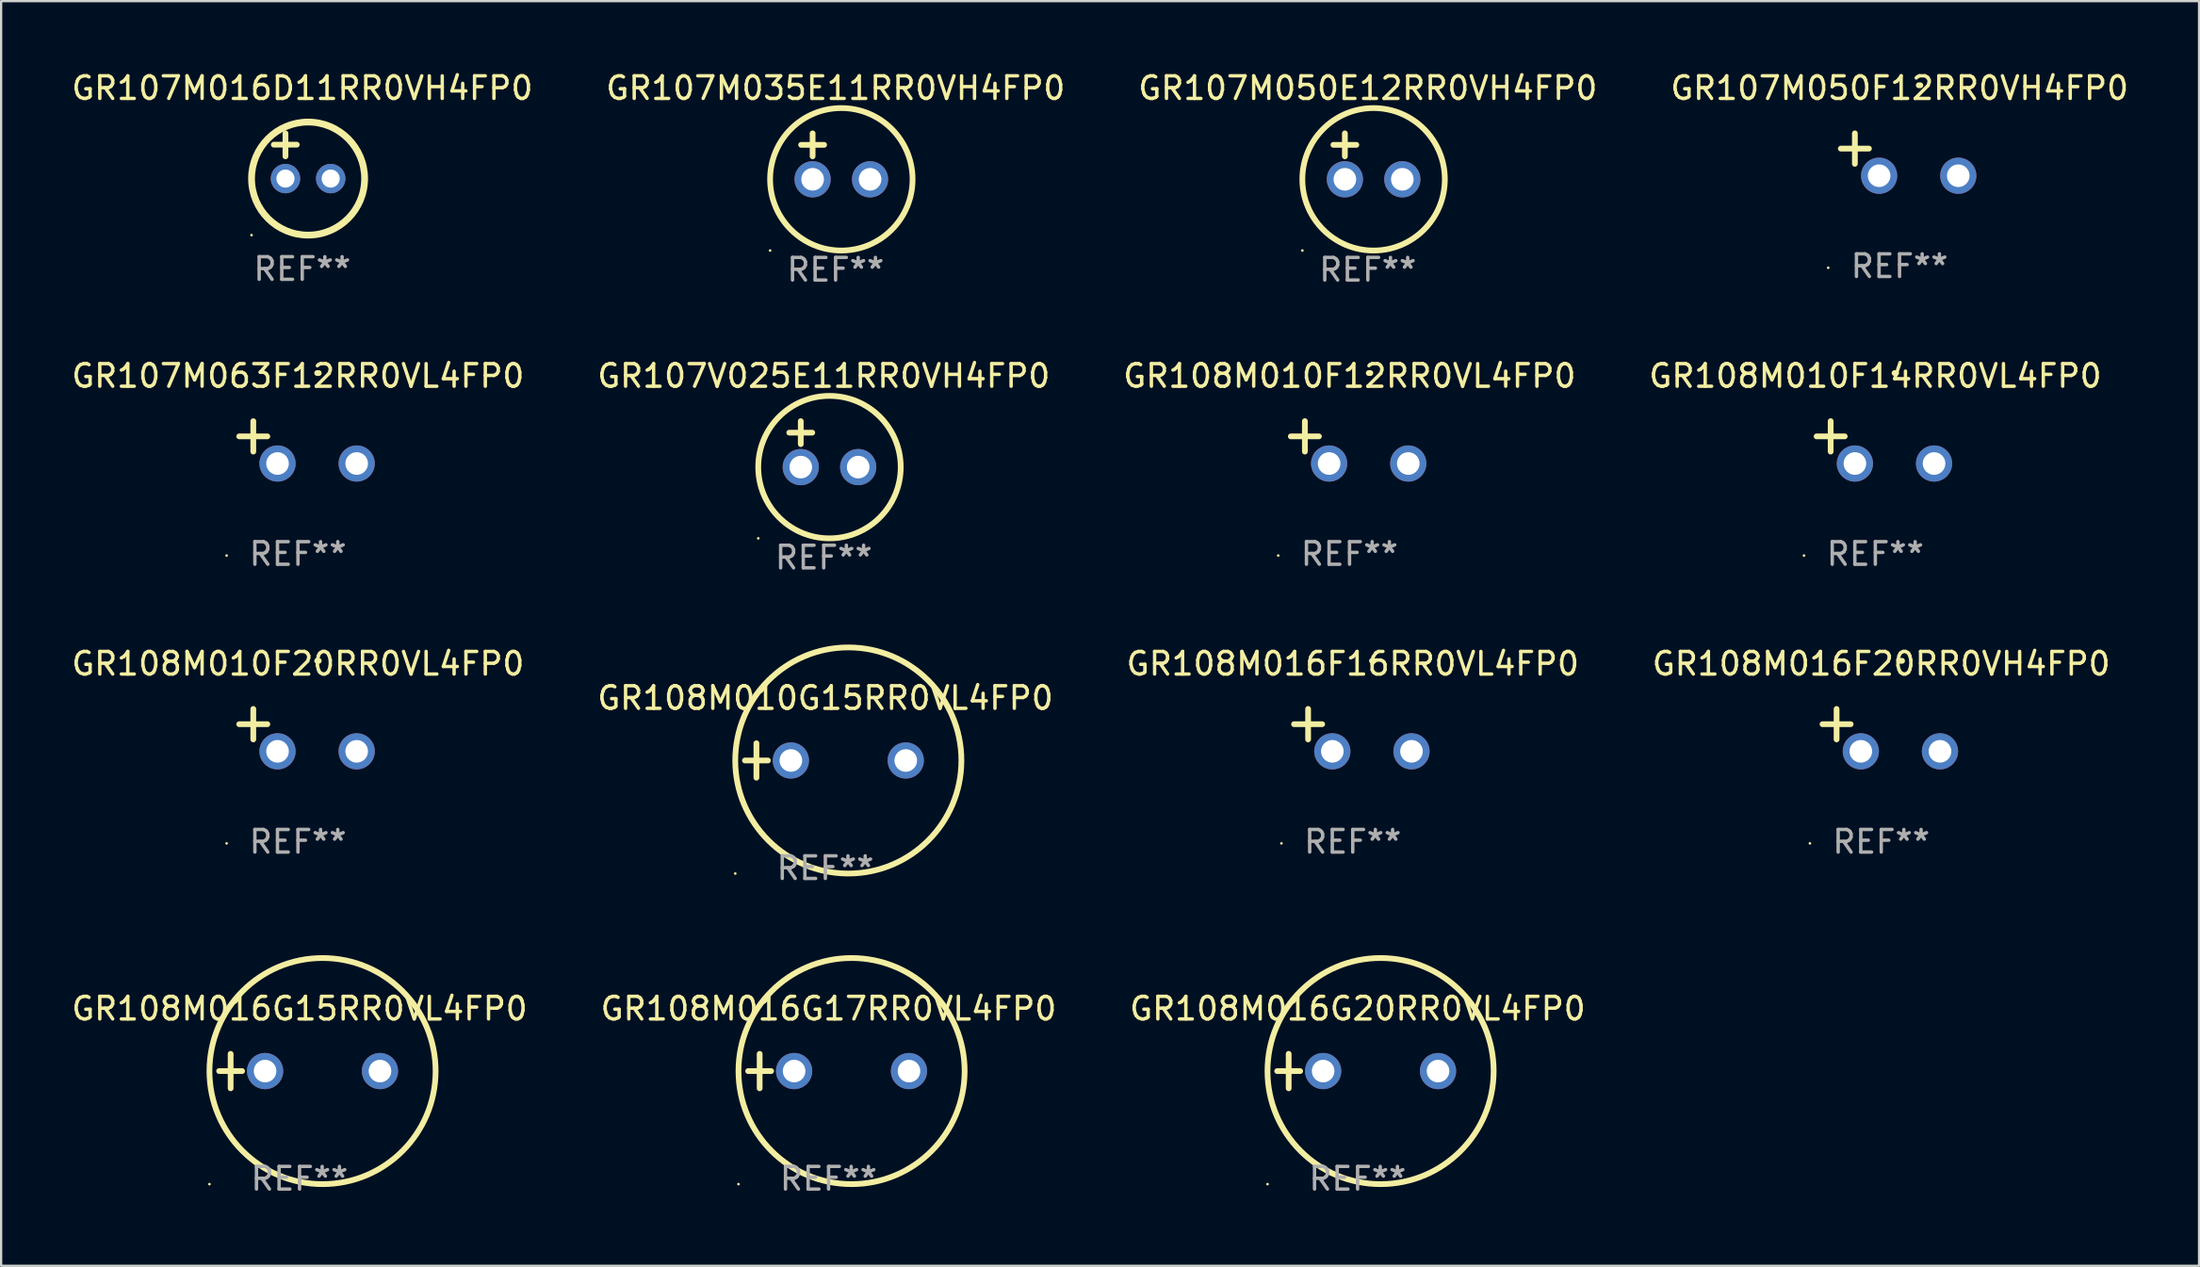
<source format=kicad_pcb>
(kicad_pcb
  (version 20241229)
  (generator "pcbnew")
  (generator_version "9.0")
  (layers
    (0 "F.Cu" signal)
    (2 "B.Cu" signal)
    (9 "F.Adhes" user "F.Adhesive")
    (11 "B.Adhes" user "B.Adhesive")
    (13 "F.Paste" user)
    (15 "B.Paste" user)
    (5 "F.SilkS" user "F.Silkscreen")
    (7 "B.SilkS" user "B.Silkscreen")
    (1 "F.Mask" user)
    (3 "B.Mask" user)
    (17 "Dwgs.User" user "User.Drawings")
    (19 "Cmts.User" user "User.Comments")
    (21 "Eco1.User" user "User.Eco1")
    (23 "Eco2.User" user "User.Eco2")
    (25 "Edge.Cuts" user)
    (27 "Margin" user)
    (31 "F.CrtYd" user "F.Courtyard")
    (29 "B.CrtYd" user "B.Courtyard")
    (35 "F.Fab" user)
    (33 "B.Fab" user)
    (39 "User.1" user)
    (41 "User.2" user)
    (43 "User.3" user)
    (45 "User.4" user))
  (footprint "GR107V025E11RR0VH4FP0"
    (layer "F.Cu")
    (at 33.375 16.593)
    (property "Reference" "GR107V025E11RR0VH4FP0" (at 0 -3.016 0) (layer "F.SilkS") (effects (font (size 1 1) (thickness 0.15))))
    (attr through_hole)
    (fp_line (start -1.524 -0.508) (end -0.508 -0.508) (stroke (width 0.254) (type solid)) (layer "F.SilkS"))
    (fp_line (start -1.016 -1.016) (end -1.016 0) (stroke (width 0.254) (type solid)) (layer "F.SilkS"))
    (fp_circle (center -2.896 4.166) (end -2.866 4.166) (stroke (width 0.06) (type solid)) (fill no) (layer "F.SilkS"))
    (fp_circle (center 0.254 1.016) (end 3.404 1.016) (stroke (width 0.254) (type solid)) (fill no) (layer "F.SilkS"))
    (fp_text user "REF**" (at 0 5.016 0) (layer "F.Fab") (effects (font (size 1 1) (thickness 0.15))))
    (pad "1" thru_hole circle (at -1.016 1.016) (size 1.6 1.6) (drill 1) (layers "*.Cu" "*.Mask"))
    (pad "2" thru_hole circle (at 1.524 1.016) (size 1.6 1.6) (drill 1) (layers "*.Cu" "*.Mask")))
  (footprint "GR107M035E11RR0VH4FP0"
    (layer "F.Cu")
    (at 33.899 3.864)
    (property "Reference" "GR107M035E11RR0VH4FP0" (at 0 -3.016 0) (layer "F.SilkS") (effects (font (size 1 1) (thickness 0.15))))
    (attr through_hole)
    (fp_line (start -1.524 -0.508) (end -0.508 -0.508) (stroke (width 0.254) (type solid)) (layer "F.SilkS"))
    (fp_line (start -1.016 -1.016) (end -1.016 0) (stroke (width 0.254) (type solid)) (layer "F.SilkS"))
    (fp_circle (center -2.896 4.166) (end -2.866 4.166) (stroke (width 0.06) (type solid)) (fill no) (layer "F.SilkS"))
    (fp_circle (center 0.254 1.016) (end 3.404 1.016) (stroke (width 0.254) (type solid)) (fill no) (layer "F.SilkS"))
    (fp_text user "REF**" (at 0 5.016 0) (layer "F.Fab") (effects (font (size 1 1) (thickness 0.15))))
    (pad "1" thru_hole circle (at -1.016 1.016) (size 1.6 1.6) (drill 1) (layers "*.Cu" "*.Mask"))
    (pad "2" thru_hole circle (at 1.524 1.016) (size 1.6 1.6) (drill 1) (layers "*.Cu" "*.Mask")))
  (footprint "GR108M010G15RR0VL4FP0"
    (layer "F.Cu")
    (at 33.446 30.584)
    (property "Reference" "GR108M010G15RR0VL4FP0" (at 0 -2.762 0) (layer "F.SilkS") (effects (font (size 1 1) (thickness 0.15))))
    (attr through_hole)
    (fp_line (start -3.556 0) (end -2.54 0) (stroke (width 0.254) (type solid)) (layer "F.SilkS"))
    (fp_line (start -3.048 -0.762) (end -3.048 0.762) (stroke (width 0.254) (type solid)) (layer "F.SilkS"))
    (fp_circle (center -3.984 5) (end -3.954 5) (stroke (width 0.06) (type solid)) (fill no) (layer "F.SilkS"))
    (fp_circle (center 1.016 0) (end 6.016 0) (stroke (width 0.254) (type solid)) (fill no) (layer "F.SilkS"))
    (fp_text user "REF**" (at 0 4.762 0) (layer "F.Fab") (effects (font (size 1 1) (thickness 0.15))))
    (pad "1" thru_hole circle (at -1.524 0) (size 1.6 1.6) (drill 1) (layers "*.Cu" "*.Mask"))
    (pad "2" thru_hole circle (at 3.556 0) (size 1.6 1.6) (drill 1) (layers "*.Cu" "*.Mask")))
  (footprint "GR108M016G17RR0VL4FP0"
    (layer "F.Cu")
    (at 33.589 44.321)
    (property "Reference" "GR108M016G17RR0VL4FP0" (at 0 -2.762 0) (layer "F.SilkS") (effects (font (size 1 1) (thickness 0.15))))
    (attr through_hole)
    (fp_line (start -3.556 0) (end -2.54 0) (stroke (width 0.254) (type solid)) (layer "F.SilkS"))
    (fp_line (start -3.048 -0.762) (end -3.048 0.762) (stroke (width 0.254) (type solid)) (layer "F.SilkS"))
    (fp_circle (center -3.984 5) (end -3.954 5) (stroke (width 0.06) (type solid)) (fill no) (layer "F.SilkS"))
    (fp_circle (center 1.016 0) (end 6.016 0) (stroke (width 0.254) (type solid)) (fill no) (layer "F.SilkS"))
    (fp_text user "REF**" (at 0 4.762 0) (layer "F.Fab") (effects (font (size 1 1) (thickness 0.15))))
    (pad "1" thru_hole circle (at -1.524 0) (size 1.6 1.6) (drill 1) (layers "*.Cu" "*.Mask"))
    (pad "2" thru_hole circle (at 3.556 0) (size 1.6 1.6) (drill 1) (layers "*.Cu" "*.Mask")))
  (footprint "GR108M016G20RR0VL4FP0"
    (layer "F.Cu")
    (at 56.982 44.321)
    (property "Reference" "GR108M016G20RR0VL4FP0" (at 0 -2.762 0) (layer "F.SilkS") (effects (font (size 1 1) (thickness 0.15))))
    (attr through_hole)
    (fp_line (start -3.556 0) (end -2.54 0) (stroke (width 0.254) (type solid)) (layer "F.SilkS"))
    (fp_line (start -3.048 -0.762) (end -3.048 0.762) (stroke (width 0.254) (type solid)) (layer "F.SilkS"))
    (fp_circle (center -3.984 5) (end -3.954 5) (stroke (width 0.06) (type solid)) (fill no) (layer "F.SilkS"))
    (fp_circle (center 1.016 0) (end 6.016 0) (stroke (width 0.254) (type solid)) (fill no) (layer "F.SilkS"))
    (fp_text user "REF**" (at 0 4.762 0) (layer "F.Fab") (effects (font (size 1 1) (thickness 0.15))))
    (pad "1" thru_hole circle (at -1.524 0) (size 1.6 1.6) (drill 1) (layers "*.Cu" "*.Mask"))
    (pad "2" thru_hole circle (at 3.556 0) (size 1.6 1.6) (drill 1) (layers "*.Cu" "*.Mask")))
  (footprint "GR107M050F12RR0VH4FP0"
    (layer "F.Cu")
    (at 80.946 3.785)
    (property "Reference" "GR107M050F12RR0VH4FP0" (at 0 -2.937 0) (layer "F.SilkS") (effects (font (size 1 1) (thickness 0.15))))
    (attr through_hole)
    (fp_line (start -1.975 0.41) (end -1.975 -0.937) (stroke (width 0.254) (type solid)) (layer "F.SilkS"))
    (fp_line (start -1.353 -0.263) (end -2.597 -0.263) (stroke (width 0.254) (type solid)) (layer "F.SilkS"))
    (fp_arc (start 0.849809 -3.063957) (mid 0.885369 -3.064114) (end 0.920929 -3.063957) (stroke (width 0.254001) (type solid)) (layer "F.SilkS"))
    (fp_circle (center -3.154 5.008) (end -3.124 5.008) (stroke (width 0.06) (type solid)) (fill no) (layer "F.SilkS"))
    (fp_text user "REF**" (at 0 4.937 0) (layer "F.Fab") (effects (font (size 1 1) (thickness 0.15))))
    (pad "1" thru_hole circle (at -0.903 0.937) (size 1.6 1.6) (drill 1) (layers "*.Cu" "*.Mask"))
    (pad "2" thru_hole circle (at 2.597 0.937) (size 1.6 1.6) (drill 1) (layers "*.Cu" "*.Mask")))
  (footprint "GR108M016G15RR0VL4FP0"
    (layer "F.Cu")
    (at 10.196 44.321)
    (property "Reference" "GR108M016G15RR0VL4FP0" (at 0 -2.762 0) (layer "F.SilkS") (effects (font (size 1 1) (thickness 0.15))))
    (attr through_hole)
    (fp_line (start -3.556 0) (end -2.54 0) (stroke (width 0.254) (type solid)) (layer "F.SilkS"))
    (fp_line (start -3.048 -0.762) (end -3.048 0.762) (stroke (width 0.254) (type solid)) (layer "F.SilkS"))
    (fp_circle (center -3.984 5) (end -3.954 5) (stroke (width 0.06) (type solid)) (fill no) (layer "F.SilkS"))
    (fp_circle (center 1.016 0) (end 6.016 0) (stroke (width 0.254) (type solid)) (fill no) (layer "F.SilkS"))
    (fp_text user "REF**" (at 0 4.762 0) (layer "F.Fab") (effects (font (size 1 1) (thickness 0.15))))
    (pad "1" thru_hole circle (at -1.524 0) (size 1.6 1.6) (drill 1) (layers "*.Cu" "*.Mask"))
    (pad "2" thru_hole circle (at 3.556 0) (size 1.6 1.6) (drill 1) (layers "*.Cu" "*.Mask")))
  (footprint "GR108M010F20RR0VL4FP0"
    (layer "F.Cu")
    (at 10.125 29.242)
    (property "Reference" "GR108M010F20RR0VL4FP0" (at 0 -2.937 0) (layer "F.SilkS") (effects (font (size 1 1) (thickness 0.15))))
    (attr through_hole)
    (fp_line (start -1.975 0.41) (end -1.975 -0.937) (stroke (width 0.254) (type solid)) (layer "F.SilkS"))
    (fp_line (start -1.353 -0.263) (end -2.597 -0.263) (stroke (width 0.254) (type solid)) (layer "F.SilkS"))
    (fp_arc (start 0.849809 -3.063957) (mid 0.885369 -3.064114) (end 0.920929 -3.063957) (stroke (width 0.254001) (type solid)) (layer "F.SilkS"))
    (fp_circle (center -3.154 5.008) (end -3.124 5.008) (stroke (width 0.06) (type solid)) (fill no) (layer "F.SilkS"))
    (fp_text user "REF**" (at 0 4.937 0) (layer "F.Fab") (effects (font (size 1 1) (thickness 0.15))))
    (pad "1" thru_hole circle (at -0.903 0.937) (size 1.6 1.6) (drill 1) (layers "*.Cu" "*.Mask"))
    (pad "2" thru_hole circle (at 2.597 0.937) (size 1.6 1.6) (drill 1) (layers "*.Cu" "*.Mask")))
  (footprint "GR108M010F14RR0VL4FP0"
    (layer "F.Cu")
    (at 79.875 16.513)
    (property "Reference" "GR108M010F14RR0VL4FP0" (at 0 -2.937 0) (layer "F.SilkS") (effects (font (size 1 1) (thickness 0.15))))
    (attr through_hole)
    (fp_line (start -1.975 0.41) (end -1.975 -0.937) (stroke (width 0.254) (type solid)) (layer "F.SilkS"))
    (fp_line (start -1.353 -0.263) (end -2.597 -0.263) (stroke (width 0.254) (type solid)) (layer "F.SilkS"))
    (fp_arc (start 0.849809 -3.063957) (mid 0.885369 -3.064114) (end 0.920929 -3.063957) (stroke (width 0.254001) (type solid)) (layer "F.SilkS"))
    (fp_circle (center -3.154 5.008) (end -3.124 5.008) (stroke (width 0.06) (type solid)) (fill no) (layer "F.SilkS"))
    (fp_text user "REF**" (at 0 4.937 0) (layer "F.Fab") (effects (font (size 1 1) (thickness 0.15))))
    (pad "1" thru_hole circle (at -0.903 0.937) (size 1.6 1.6) (drill 1) (layers "*.Cu" "*.Mask"))
    (pad "2" thru_hole circle (at 2.597 0.937) (size 1.6 1.6) (drill 1) (layers "*.Cu" "*.Mask")))
  (footprint "GR108M016F20RR0VH4FP0"
    (layer "F.Cu")
    (at 80.137 29.242)
    (property "Reference" "GR108M016F20RR0VH4FP0" (at 0 -2.937 0) (layer "F.SilkS") (effects (font (size 1 1) (thickness 0.15))))
    (attr through_hole)
    (fp_line (start -1.975 0.41) (end -1.975 -0.937) (stroke (width 0.254) (type solid)) (layer "F.SilkS"))
    (fp_line (start -1.353 -0.263) (end -2.597 -0.263) (stroke (width 0.254) (type solid)) (layer "F.SilkS"))
    (fp_arc (start 0.849809 -3.063957) (mid 0.885369 -3.064114) (end 0.920929 -3.063957) (stroke (width 0.254001) (type solid)) (layer "F.SilkS"))
    (fp_circle (center -3.154 5.008) (end -3.124 5.008) (stroke (width 0.06) (type solid)) (fill no) (layer "F.SilkS"))
    (fp_text user "REF**" (at 0 4.937 0) (layer "F.Fab") (effects (font (size 1 1) (thickness 0.15))))
    (pad "1" thru_hole circle (at -0.903 0.937) (size 1.6 1.6) (drill 1) (layers "*.Cu" "*.Mask"))
    (pad "2" thru_hole circle (at 2.597 0.937) (size 1.6 1.6) (drill 1) (layers "*.Cu" "*.Mask")))
  (footprint "GR108M016F16RR0VL4FP0"
    (layer "F.Cu")
    (at 56.768 29.242)
    (property "Reference" "GR108M016F16RR0VL4FP0" (at 0 -2.937 0) (layer "F.SilkS") (effects (font (size 1 1) (thickness 0.15))))
    (attr through_hole)
    (fp_line (start -1.975 0.41) (end -1.975 -0.937) (stroke (width 0.254) (type solid)) (layer "F.SilkS"))
    (fp_line (start -1.353 -0.263) (end -2.597 -0.263) (stroke (width 0.254) (type solid)) (layer "F.SilkS"))
    (fp_arc (start 0.849809 -3.063957) (mid 0.885369 -3.064114) (end 0.920929 -3.063957) (stroke (width 0.254001) (type solid)) (layer "F.SilkS"))
    (fp_circle (center -3.154 5.008) (end -3.124 5.008) (stroke (width 0.06) (type solid)) (fill no) (layer "F.SilkS"))
    (fp_text user "REF**" (at 0 4.937 0) (layer "F.Fab") (effects (font (size 1 1) (thickness 0.15))))
    (pad "1" thru_hole circle (at -0.903 0.937) (size 1.6 1.6) (drill 1) (layers "*.Cu" "*.Mask"))
    (pad "2" thru_hole circle (at 2.597 0.937) (size 1.6 1.6) (drill 1) (layers "*.Cu" "*.Mask")))
  (footprint "GR107M050E12RR0VH4FP0"
    (layer "F.Cu")
    (at 57.435 3.864)
    (property "Reference" "GR107M050E12RR0VH4FP0" (at 0 -3.016 0) (layer "F.SilkS") (effects (font (size 1 1) (thickness 0.15))))
    (attr through_hole)
    (fp_line (start -1.524 -0.508) (end -0.508 -0.508) (stroke (width 0.254) (type solid)) (layer "F.SilkS"))
    (fp_line (start -1.016 -1.016) (end -1.016 0) (stroke (width 0.254) (type solid)) (layer "F.SilkS"))
    (fp_circle (center -2.896 4.166) (end -2.866 4.166) (stroke (width 0.06) (type solid)) (fill no) (layer "F.SilkS"))
    (fp_circle (center 0.254 1.016) (end 3.404 1.016) (stroke (width 0.254) (type solid)) (fill no) (layer "F.SilkS"))
    (fp_text user "REF**" (at 0 5.016 0) (layer "F.Fab") (effects (font (size 1 1) (thickness 0.15))))
    (pad "1" thru_hole circle (at -1.016 1.016) (size 1.6 1.6) (drill 1) (layers "*.Cu" "*.Mask"))
    (pad "2" thru_hole circle (at 1.524 1.016) (size 1.6 1.6) (drill 1) (layers "*.Cu" "*.Mask")))
  (footprint "GR107M016D11RR0VH4FP0"
    (layer "F.Cu")
    (at 10.315 3.848)
    (property "Reference" "GR107M016D11RR0VH4FP0" (at 0 -3 0) (layer "F.SilkS") (effects (font (size 1 1) (thickness 0.15))))
    (attr through_hole)
    (fp_line (start -1.258 -0.5) (end -0.242 -0.5) (stroke (width 0.254) (type solid)) (layer "F.SilkS"))
    (fp_line (start -0.742 -1) (end -0.742 0.016) (stroke (width 0.254) (type solid)) (layer "F.SilkS"))
    (fp_circle (center -2.242 3.5) (end -2.212 3.5) (stroke (width 0.06) (type solid)) (fill no) (layer "F.SilkS"))
    (fp_circle (center 0.258 1) (end 2.758 1) (stroke (width 0.3) (type solid)) (fill no) (layer "F.SilkS"))
    (fp_text user "REF**" (at 0 5 0) (layer "F.Fab") (effects (font (size 1 1) (thickness 0.15))))
    (pad "1" thru_hole circle (at -0.742 1) (size 1.3 1.3) (drill 0.8) (layers "*.Cu" "*.Mask"))
    (pad "2" thru_hole circle (at 1.258 1) (size 1.3 1.3) (drill 0.8) (layers "*.Cu" "*.Mask")))
  (footprint "GR108M010F12RR0VL4FP0"
    (layer "F.Cu")
    (at 56.625 16.513)
    (property "Reference" "GR108M010F12RR0VL4FP0" (at 0 -2.937 0) (layer "F.SilkS") (effects (font (size 1 1) (thickness 0.15))))
    (attr through_hole)
    (fp_line (start -1.975 0.41) (end -1.975 -0.937) (stroke (width 0.254) (type solid)) (layer "F.SilkS"))
    (fp_line (start -1.353 -0.263) (end -2.597 -0.263) (stroke (width 0.254) (type solid)) (layer "F.SilkS"))
    (fp_arc (start 0.849809 -3.063957) (mid 0.885369 -3.064114) (end 0.920929 -3.063957) (stroke (width 0.254001) (type solid)) (layer "F.SilkS"))
    (fp_circle (center -3.154 5.008) (end -3.124 5.008) (stroke (width 0.06) (type solid)) (fill no) (layer "F.SilkS"))
    (fp_text user "REF**" (at 0 4.937 0) (layer "F.Fab") (effects (font (size 1 1) (thickness 0.15))))
    (pad "1" thru_hole circle (at -0.903 0.937) (size 1.6 1.6) (drill 1) (layers "*.Cu" "*.Mask"))
    (pad "2" thru_hole circle (at 2.597 0.937) (size 1.6 1.6) (drill 1) (layers "*.Cu" "*.Mask")))
  (footprint "GR107M063F12RR0VL4FP0"
    (layer "F.Cu")
    (at 10.125 16.513)
    (property "Reference" "GR107M063F12RR0VL4FP0" (at 0 -2.937 0) (layer "F.SilkS") (effects (font (size 1 1) (thickness 0.15))))
    (attr through_hole)
    (fp_line (start -1.975 0.41) (end -1.975 -0.937) (stroke (width 0.254) (type solid)) (layer "F.SilkS"))
    (fp_line (start -1.353 -0.263) (end -2.597 -0.263) (stroke (width 0.254) (type solid)) (layer "F.SilkS"))
    (fp_arc (start 0.849809 -3.063957) (mid 0.885369 -3.064114) (end 0.920929 -3.063957) (stroke (width 0.254001) (type solid)) (layer "F.SilkS"))
    (fp_circle (center -3.154 5.008) (end -3.124 5.008) (stroke (width 0.06) (type solid)) (fill no) (layer "F.SilkS"))
    (fp_text user "REF**" (at 0 4.937 0) (layer "F.Fab") (effects (font (size 1 1) (thickness 0.15))))
    (pad "1" thru_hole circle (at -0.903 0.937) (size 1.6 1.6) (drill 1) (layers "*.Cu" "*.Mask"))
    (pad "2" thru_hole circle (at 2.597 0.937) (size 1.6 1.6) (drill 1) (layers "*.Cu" "*.Mask")))
  (gr_rect
    (start -3 -3)
    (end 94.19 52.932)
    (stroke (width 0.1) (type default))
    (fill no)
    (layer "Edge.Cuts")))
</source>
